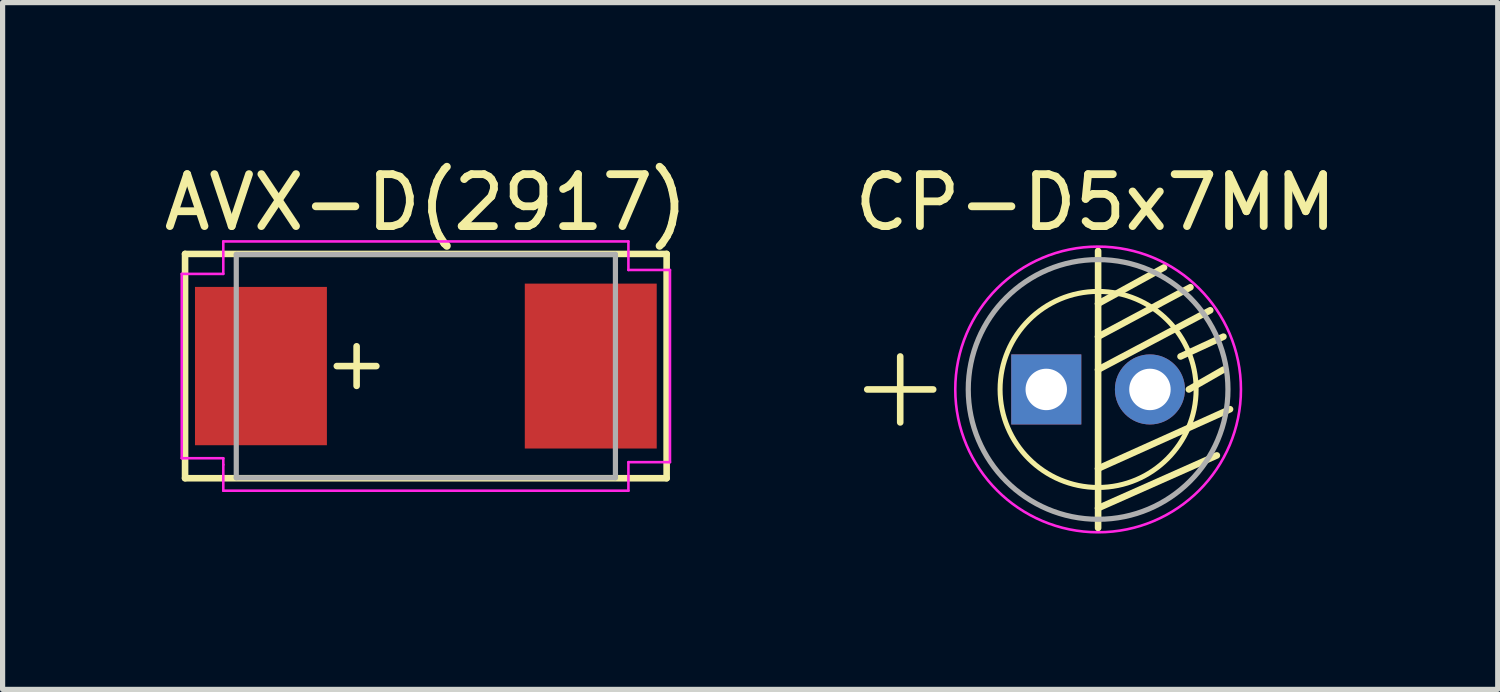
<source format=kicad_pcb>
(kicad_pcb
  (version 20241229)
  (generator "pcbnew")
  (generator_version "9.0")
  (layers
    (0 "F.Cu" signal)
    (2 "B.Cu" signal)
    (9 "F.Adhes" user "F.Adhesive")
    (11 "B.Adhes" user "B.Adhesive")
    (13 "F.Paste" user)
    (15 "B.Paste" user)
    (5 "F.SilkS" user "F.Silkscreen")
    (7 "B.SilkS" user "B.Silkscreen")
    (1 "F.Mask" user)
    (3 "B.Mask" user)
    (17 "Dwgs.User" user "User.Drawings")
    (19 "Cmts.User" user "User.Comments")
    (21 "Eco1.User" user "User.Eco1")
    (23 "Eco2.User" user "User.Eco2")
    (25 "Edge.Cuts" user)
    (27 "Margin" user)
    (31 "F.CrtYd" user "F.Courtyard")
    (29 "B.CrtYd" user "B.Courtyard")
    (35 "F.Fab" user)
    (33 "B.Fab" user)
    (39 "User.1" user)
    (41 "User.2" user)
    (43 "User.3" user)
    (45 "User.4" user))
  (footprint "AVX-D(2917)"
    (layer "F.Cu")
    (at 5.149 3.998)
    (property "Reference" "AVX-D(2917)" (at 0 -3.15 0) (layer "F.SilkS") (effects (font (size 1 1) (thickness 0.15))))
    (attr smd)
    (fp_line (start -4.636 -2.159) (end 4.636 -2.159) (stroke (width 0.066) (type solid)) (layer "F.SilkS"))
    (fp_line (start -4.636 -2.159) (end 4.636 -2.159) (stroke (width 0.127) (type solid)) (layer "F.SilkS"))
    (fp_line (start -4.636 2.159) (end -4.636 -2.159) (stroke (width 0.066) (type solid)) (layer "F.SilkS"))
    (fp_line (start -4.636 2.159) (end -4.636 -2.159) (stroke (width 0.127) (type solid)) (layer "F.SilkS"))
    (fp_line (start -4.636 2.159) (end 4.636 2.159) (stroke (width 0.066) (type solid)) (layer "F.SilkS"))
    (fp_line (start -1.714 0) (end -0.953 0) (stroke (width 0.127) (type solid)) (layer "F.SilkS"))
    (fp_line (start -1.333 0.381) (end -1.333 -0.381) (stroke (width 0.127) (type solid)) (layer "F.SilkS"))
    (fp_line (start 4.636 -2.159) (end 4.636 2.159) (stroke (width 0.127) (type solid)) (layer "F.SilkS"))
    (fp_line (start 4.636 2.159) (end -4.636 2.159) (stroke (width 0.127) (type solid)) (layer "F.SilkS"))
    (fp_line (start 4.636 2.159) (end 4.636 -2.159) (stroke (width 0.066) (type solid)) (layer "F.SilkS"))
    (fp_line (start -4.7 -1.775) (end -3.9 -1.775) (stroke (width 0.05) (type solid)) (layer "F.CrtYd"))
    (fp_line (start -4.7 1.775) (end -4.7 -1.775) (stroke (width 0.05) (type solid)) (layer "F.CrtYd"))
    (fp_line (start -3.9 -2.4) (end 3.9 -2.4) (stroke (width 0.05) (type solid)) (layer "F.CrtYd"))
    (fp_line (start -3.9 -1.775) (end -3.9 -2.4) (stroke (width 0.05) (type solid)) (layer "F.CrtYd"))
    (fp_line (start -3.9 1.775) (end -4.7 1.775) (stroke (width 0.05) (type solid)) (layer "F.CrtYd"))
    (fp_line (start -3.9 1.9) (end -3.9 1.775) (stroke (width 0.05) (type solid)) (layer "F.CrtYd"))
    (fp_line (start -3.9 2.4) (end -3.9 1.9) (stroke (width 0.05) (type solid)) (layer "F.CrtYd"))
    (fp_line (start 3.9 -2.4) (end 3.9 -1.85) (stroke (width 0.05) (type solid)) (layer "F.CrtYd"))
    (fp_line (start 3.9 -1.85) (end 4.7 -1.85) (stroke (width 0.05) (type solid)) (layer "F.CrtYd"))
    (fp_line (start 3.9 1.85) (end 3.9 2.4) (stroke (width 0.05) (type solid)) (layer "F.CrtYd"))
    (fp_line (start 3.9 2.4) (end -3.9 2.4) (stroke (width 0.05) (type solid)) (layer "F.CrtYd"))
    (fp_line (start 4.7 -1.85) (end 4.7 1.85) (stroke (width 0.05) (type solid)) (layer "F.CrtYd"))
    (fp_line (start 4.7 1.85) (end 3.9 1.85) (stroke (width 0.05) (type solid)) (layer "F.CrtYd"))
    (fp_line (start -3.65 -2.15) (end -3.65 2.15) (stroke (width 0.1) (type solid)) (layer "F.Fab"))
    (fp_line (start -3.65 2.15) (end 3.65 2.15) (stroke (width 0.1) (type solid)) (layer "F.Fab"))
    (fp_line (start 3.65 -2.15) (end -3.65 -2.15) (stroke (width 0.1) (type solid)) (layer "F.Fab"))
    (fp_line (start 3.65 2.15) (end 3.65 -2.15) (stroke (width 0.1) (type solid)) (layer "F.Fab"))
    (pad "1" smd rect (at -3.175 0) (size 2.54 3.048) (layers "F.Cu" "F.Mask" "F.Paste"))
    (pad "2" smd rect (at 3.175 0 180) (size 2.54 3.175) (layers "F.Cu" "F.Mask" "F.Paste")))
  (footprint "CP-D5x7MM"
    (layer "F.Cu")
    (at 18.092 4.448)
    (property "Reference" "CP-D5x7MM" (at -0.05 -3.6 0) (layer "F.SilkS") (effects (font (size 1 1) (thickness 0.15))))
    (attr exclude_from_pos_files exclude_from_bom)
    (fp_line (start -4.445 0) (end -3.81 0) (stroke (width 0.127) (type solid)) (layer "F.SilkS"))
    (fp_line (start -3.81 0) (end -3.81 -0.635) (stroke (width 0.127) (type solid)) (layer "F.SilkS"))
    (fp_line (start -3.81 0) (end -3.81 0.635) (stroke (width 0.127) (type solid)) (layer "F.SilkS"))
    (fp_line (start -3.175 0) (end -3.81 0) (stroke (width 0.127) (type solid)) (layer "F.SilkS"))
    (fp_line (start 0 -2.667) (end 0 -1.651) (stroke (width 0.127) (type solid)) (layer "F.SilkS"))
    (fp_line (start 0 -1.651) (end 0 -1.016) (stroke (width 0.127) (type solid)) (layer "F.SilkS"))
    (fp_line (start 0 -1.651) (end 1.27 -2.349) (stroke (width 0.127) (type solid)) (layer "F.SilkS"))
    (fp_line (start 0 -1.016) (end 0 -0.381) (stroke (width 0.127) (type solid)) (layer "F.SilkS"))
    (fp_line (start 0 -1.016) (end 1.778 -1.968) (stroke (width 0.127) (type solid)) (layer "F.SilkS"))
    (fp_line (start 0 -0.381) (end 0 1.524) (stroke (width 0.127) (type solid)) (layer "F.SilkS"))
    (fp_line (start 0 -0.381) (end 2.159 -1.524) (stroke (width 0.127) (type solid)) (layer "F.SilkS"))
    (fp_line (start 0 1.524) (end 0 2.286) (stroke (width 0.127) (type solid)) (layer "F.SilkS"))
    (fp_line (start 0 1.524) (end 2.54 0.381) (stroke (width 0.127) (type solid)) (layer "F.SilkS"))
    (fp_line (start 0 2.286) (end 0 2.667) (stroke (width 0.127) (type solid)) (layer "F.SilkS"))
    (fp_line (start 0 2.286) (end 2.286 1.27) (stroke (width 0.127) (type solid)) (layer "F.SilkS"))
    (fp_line (start 1.587 -0.635) (end 2.413 -1.016) (stroke (width 0.127) (type solid)) (layer "F.SilkS"))
    (fp_line (start 1.748 0) (end 2.413 -0.381) (stroke (width 0.127) (type solid)) (layer "F.SilkS"))
    (fp_circle (center 0 0) (end -1.346 1.346) (stroke (width 0.064) (type solid)) (fill no) (layer "F.SilkS"))
    (fp_circle (center 0 0) (end -1.323 1.323) (stroke (width 0.064) (type solid)) (fill no) (layer "F.SilkS"))
    (fp_circle (center 0 0) (end 2.75 0) (stroke (width 0.05) (type solid)) (fill no) (layer "F.CrtYd"))
    (fp_circle (center 0 0) (end 2.5 0) (stroke (width 0.1) (type solid)) (fill no) (layer "F.Fab"))
    (pad "1" thru_hole rect (at -0.998 0) (size 1.349 1.349) (drill 0.798) (layers "*.Cu" "*.Mask"))
    (pad "2" thru_hole circle (at 0.998 0) (size 1.349 1.349) (drill 0.798) (layers "*.Cu" "*.Mask")))
  (gr_rect
    (start -3 -3)
    (end 25.786 10.223)
    (stroke (width 0.1) (type default))
    (fill no)
    (layer "Edge.Cuts")))
</source>
